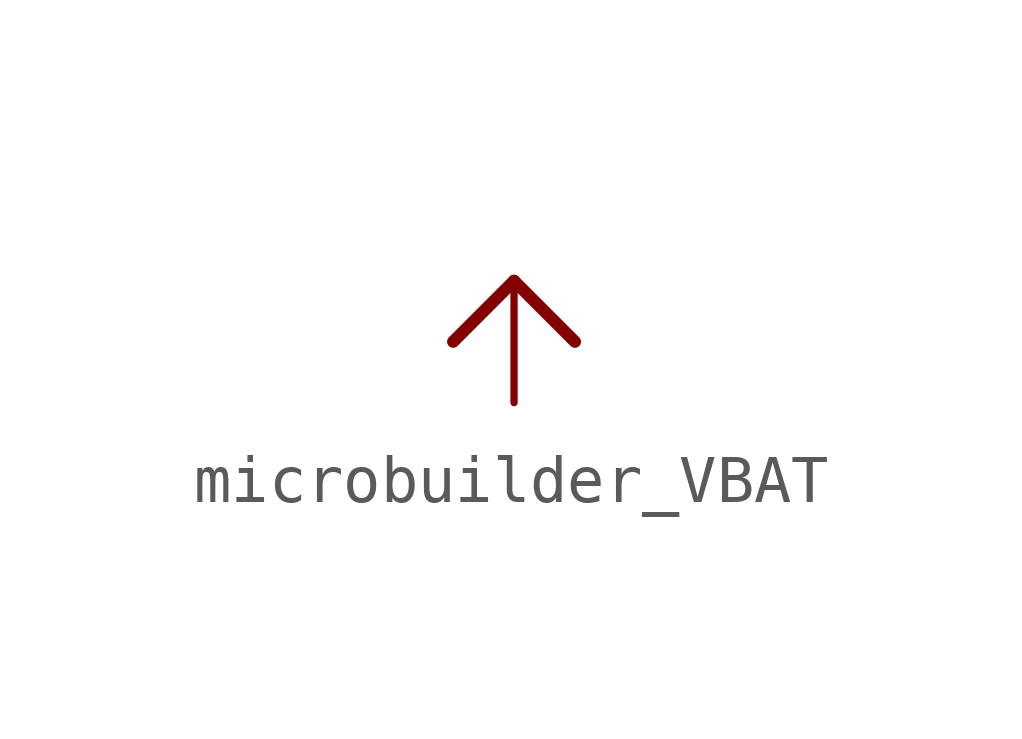
<source format=kicad_sym>
(kicad_symbol_lib
  (version 20231120)
  (generator "kicad_symbol_editor")
  (generator_version "8.0")
  (symbol "microbuilder_VBAT"
    (power)
    (property "Reference" ""
      (at 0 0 0)
      (effects (font (size 1.27 1.27)) (hide yes)))
    (property "Value" ""
      (at -1.524 1.016 0)
      (effects (font (size 1.27 1.079)) (justify left bottom)))
    (property "ki_locked" ""
      (at 0 0 0)
      (effects (font (size 1.27 1.27))))
    (symbol "microbuilder_VBAT_1_0"
      (polyline (pts (xy -1.27 -1.27) (xy 0 0)) (stroke (width 0.254) (type solid)) (fill (type none)))
      (polyline (pts (xy 0 0) (xy 1.27 -1.27)) (stroke (width 0.254) (type solid)) (fill (type none)))
      (pin power_in line (at 0 -2.54 90) (length 2.54) (name "VBAT" (effects (font (size 0 0)))) (number "1" (effects (font (size 0 0))))))))
</source>
